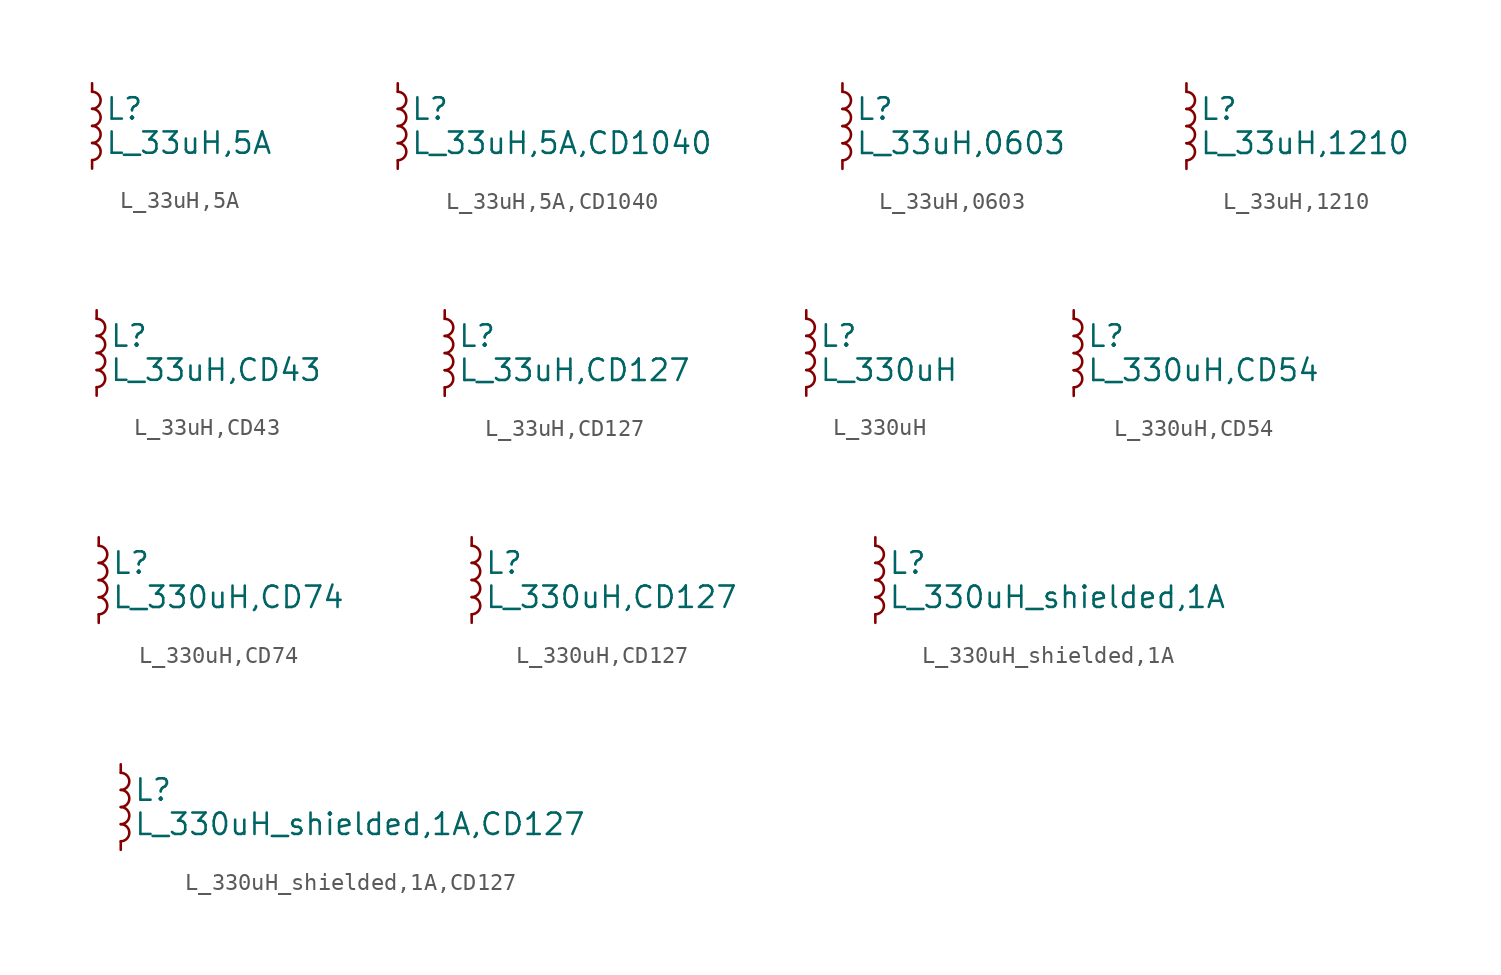
<source format=kicad_sym>
(kicad_symbol_lib
  (version 20211014)
  (generator kicad_symbol_editor)
  (symbol "L_33uH,5A"
    (pin_numbers hide)
    (pin_names
      (offset 0.254) hide)
    (property "Reference" "L"
      (at 0.762 1.016 0)
      (effects (font (size 1.27 1.27)) (justify left)))
    (property "Value" "L_33uH,5A"
      (at 0.762 -1.016 0)
      (effects (font (size 1.27 1.27)) (justify left)))
    (symbol "L_33uH,5A_0_1"
      (arc (start 0 -2.032) (mid 0.508 -1.524) (end 0 -1.016) (stroke (width 0) (type default) (color 0 0 0 0)) (fill (type none)))
      (arc (start 0 -1.016) (mid 0.508 -0.508) (end 0 0) (stroke (width 0) (type default) (color 0 0 0 0)) (fill (type none)))
      (arc (start 0 0) (mid 0.508 0.508) (end 0 1.016) (stroke (width 0) (type default) (color 0 0 0 0)) (fill (type none)))
      (arc (start 0 1.016) (mid 0.508 1.524) (end 0 2.032) (stroke (width 0) (type default) (color 0 0 0 0)) (fill (type none))))
    (symbol "L_33uH,5A_1_1"
      (pin passive line (at 0 2.54 270) (length 0.508) (name "~" (effects (font (size 1.27 1.27)))) (number "1" (effects (font (size 1.27 1.27)))))
      (pin passive line (at 0 -2.54 90) (length 0.508) (name "~" (effects (font (size 1.27 1.27)))) (number "2" (effects (font (size 1.27 1.27)))))))
  (symbol "L_33uH,5A,CD1040"
    (pin_numbers hide)
    (pin_names
      (offset 0.254) hide)
    (property "Reference" "L"
      (at 0.762 1.016 0)
      (effects (font (size 1.27 1.27)) (justify left)))
    (property "Value" "L_33uH,5A,CD1040"
      (at 0.762 -1.016 0)
      (effects (font (size 1.27 1.27)) (justify left)))
    (symbol "L_33uH,5A,CD1040_0_1"
      (arc (start 0 -2.032) (mid 0.508 -1.524) (end 0 -1.016) (stroke (width 0) (type default) (color 0 0 0 0)) (fill (type none)))
      (arc (start 0 -1.016) (mid 0.508 -0.508) (end 0 0) (stroke (width 0) (type default) (color 0 0 0 0)) (fill (type none)))
      (arc (start 0 0) (mid 0.508 0.508) (end 0 1.016) (stroke (width 0) (type default) (color 0 0 0 0)) (fill (type none)))
      (arc (start 0 1.016) (mid 0.508 1.524) (end 0 2.032) (stroke (width 0) (type default) (color 0 0 0 0)) (fill (type none))))
    (symbol "L_33uH,5A,CD1040_1_1"
      (pin passive line (at 0 2.54 270) (length 0.508) (name "~" (effects (font (size 1.27 1.27)))) (number "1" (effects (font (size 1.27 1.27)))))
      (pin passive line (at 0 -2.54 90) (length 0.508) (name "~" (effects (font (size 1.27 1.27)))) (number "2" (effects (font (size 1.27 1.27)))))))
  (symbol "L_33uH,0603"
    (pin_numbers hide)
    (pin_names
      (offset 0.254) hide)
    (property "Reference" "L"
      (at 0.762 1.016 0)
      (effects (font (size 1.27 1.27)) (justify left)))
    (property "Value" "L_33uH,0603"
      (at 0.762 -1.016 0)
      (effects (font (size 1.27 1.27)) (justify left)))
    (symbol "L_33uH,0603_0_1"
      (arc (start 0 -2.032) (mid 0.508 -1.524) (end 0 -1.016) (stroke (width 0) (type default) (color 0 0 0 0)) (fill (type none)))
      (arc (start 0 -1.016) (mid 0.508 -0.508) (end 0 0) (stroke (width 0) (type default) (color 0 0 0 0)) (fill (type none)))
      (arc (start 0 0) (mid 0.508 0.508) (end 0 1.016) (stroke (width 0) (type default) (color 0 0 0 0)) (fill (type none)))
      (arc (start 0 1.016) (mid 0.508 1.524) (end 0 2.032) (stroke (width 0) (type default) (color 0 0 0 0)) (fill (type none))))
    (symbol "L_33uH,0603_1_1"
      (pin passive line (at 0 2.54 270) (length 0.508) (name "~" (effects (font (size 1.27 1.27)))) (number "1" (effects (font (size 1.27 1.27)))))
      (pin passive line (at 0 -2.54 90) (length 0.508) (name "~" (effects (font (size 1.27 1.27)))) (number "2" (effects (font (size 1.27 1.27)))))))
  (symbol "L_33uH,1210"
    (pin_numbers hide)
    (pin_names
      (offset 0.254) hide)
    (property "Reference" "L"
      (at 0.762 1.016 0)
      (effects (font (size 1.27 1.27)) (justify left)))
    (property "Value" "L_33uH,1210"
      (at 0.762 -1.016 0)
      (effects (font (size 1.27 1.27)) (justify left)))
    (symbol "L_33uH,1210_0_1"
      (arc (start 0 -2.032) (mid 0.508 -1.524) (end 0 -1.016) (stroke (width 0) (type default) (color 0 0 0 0)) (fill (type none)))
      (arc (start 0 -1.016) (mid 0.508 -0.508) (end 0 0) (stroke (width 0) (type default) (color 0 0 0 0)) (fill (type none)))
      (arc (start 0 0) (mid 0.508 0.508) (end 0 1.016) (stroke (width 0) (type default) (color 0 0 0 0)) (fill (type none)))
      (arc (start 0 1.016) (mid 0.508 1.524) (end 0 2.032) (stroke (width 0) (type default) (color 0 0 0 0)) (fill (type none))))
    (symbol "L_33uH,1210_1_1"
      (pin passive line (at 0 2.54 270) (length 0.508) (name "~" (effects (font (size 1.27 1.27)))) (number "1" (effects (font (size 1.27 1.27)))))
      (pin passive line (at 0 -2.54 90) (length 0.508) (name "~" (effects (font (size 1.27 1.27)))) (number "2" (effects (font (size 1.27 1.27)))))))
  (symbol "L_33uH,CD43"
    (pin_numbers hide)
    (pin_names
      (offset 0.254) hide)
    (property "Reference" "L"
      (at 0.762 1.016 0)
      (effects (font (size 1.27 1.27)) (justify left)))
    (property "Value" "L_33uH,CD43"
      (at 0.762 -1.016 0)
      (effects (font (size 1.27 1.27)) (justify left)))
    (symbol "L_33uH,CD43_0_1"
      (arc (start 0 -2.032) (mid 0.508 -1.524) (end 0 -1.016) (stroke (width 0) (type default) (color 0 0 0 0)) (fill (type none)))
      (arc (start 0 -1.016) (mid 0.508 -0.508) (end 0 0) (stroke (width 0) (type default) (color 0 0 0 0)) (fill (type none)))
      (arc (start 0 0) (mid 0.508 0.508) (end 0 1.016) (stroke (width 0) (type default) (color 0 0 0 0)) (fill (type none)))
      (arc (start 0 1.016) (mid 0.508 1.524) (end 0 2.032) (stroke (width 0) (type default) (color 0 0 0 0)) (fill (type none))))
    (symbol "L_33uH,CD43_1_1"
      (pin passive line (at 0 2.54 270) (length 0.508) (name "~" (effects (font (size 1.27 1.27)))) (number "1" (effects (font (size 1.27 1.27)))))
      (pin passive line (at 0 -2.54 90) (length 0.508) (name "~" (effects (font (size 1.27 1.27)))) (number "2" (effects (font (size 1.27 1.27)))))))
  (symbol "L_33uH,CD127"
    (pin_numbers hide)
    (pin_names
      (offset 0.254) hide)
    (property "Reference" "L"
      (at 0.762 1.016 0)
      (effects (font (size 1.27 1.27)) (justify left)))
    (property "Value" "L_33uH,CD127"
      (at 0.762 -1.016 0)
      (effects (font (size 1.27 1.27)) (justify left)))
    (symbol "L_33uH,CD127_0_1"
      (arc (start 0 -2.032) (mid 0.508 -1.524) (end 0 -1.016) (stroke (width 0) (type default) (color 0 0 0 0)) (fill (type none)))
      (arc (start 0 -1.016) (mid 0.508 -0.508) (end 0 0) (stroke (width 0) (type default) (color 0 0 0 0)) (fill (type none)))
      (arc (start 0 0) (mid 0.508 0.508) (end 0 1.016) (stroke (width 0) (type default) (color 0 0 0 0)) (fill (type none)))
      (arc (start 0 1.016) (mid 0.508 1.524) (end 0 2.032) (stroke (width 0) (type default) (color 0 0 0 0)) (fill (type none))))
    (symbol "L_33uH,CD127_1_1"
      (pin passive line (at 0 2.54 270) (length 0.508) (name "~" (effects (font (size 1.27 1.27)))) (number "1" (effects (font (size 1.27 1.27)))))
      (pin passive line (at 0 -2.54 90) (length 0.508) (name "~" (effects (font (size 1.27 1.27)))) (number "2" (effects (font (size 1.27 1.27)))))))
  (symbol "L_330uH"
    (pin_numbers hide)
    (pin_names
      (offset 0.254) hide)
    (property "Reference" "L"
      (at 0.762 1.016 0)
      (effects (font (size 1.27 1.27)) (justify left)))
    (property "Value" "L_330uH"
      (at 0.762 -1.016 0)
      (effects (font (size 1.27 1.27)) (justify left)))
    (symbol "L_330uH_0_1"
      (arc (start 0 -2.032) (mid 0.508 -1.524) (end 0 -1.016) (stroke (width 0) (type default) (color 0 0 0 0)) (fill (type none)))
      (arc (start 0 -1.016) (mid 0.508 -0.508) (end 0 0) (stroke (width 0) (type default) (color 0 0 0 0)) (fill (type none)))
      (arc (start 0 0) (mid 0.508 0.508) (end 0 1.016) (stroke (width 0) (type default) (color 0 0 0 0)) (fill (type none)))
      (arc (start 0 1.016) (mid 0.508 1.524) (end 0 2.032) (stroke (width 0) (type default) (color 0 0 0 0)) (fill (type none))))
    (symbol "L_330uH_1_1"
      (pin passive line (at 0 2.54 270) (length 0.508) (name "~" (effects (font (size 1.27 1.27)))) (number "1" (effects (font (size 1.27 1.27)))))
      (pin passive line (at 0 -2.54 90) (length 0.508) (name "~" (effects (font (size 1.27 1.27)))) (number "2" (effects (font (size 1.27 1.27)))))))
  (symbol "L_330uH,CD54"
    (pin_numbers hide)
    (pin_names
      (offset 0.254) hide)
    (property "Reference" "L"
      (at 0.762 1.016 0)
      (effects (font (size 1.27 1.27)) (justify left)))
    (property "Value" "L_330uH,CD54"
      (at 0.762 -1.016 0)
      (effects (font (size 1.27 1.27)) (justify left)))
    (symbol "L_330uH,CD54_0_1"
      (arc (start 0 -2.032) (mid 0.508 -1.524) (end 0 -1.016) (stroke (width 0) (type default) (color 0 0 0 0)) (fill (type none)))
      (arc (start 0 -1.016) (mid 0.508 -0.508) (end 0 0) (stroke (width 0) (type default) (color 0 0 0 0)) (fill (type none)))
      (arc (start 0 0) (mid 0.508 0.508) (end 0 1.016) (stroke (width 0) (type default) (color 0 0 0 0)) (fill (type none)))
      (arc (start 0 1.016) (mid 0.508 1.524) (end 0 2.032) (stroke (width 0) (type default) (color 0 0 0 0)) (fill (type none))))
    (symbol "L_330uH,CD54_1_1"
      (pin passive line (at 0 2.54 270) (length 0.508) (name "~" (effects (font (size 1.27 1.27)))) (number "1" (effects (font (size 1.27 1.27)))))
      (pin passive line (at 0 -2.54 90) (length 0.508) (name "~" (effects (font (size 1.27 1.27)))) (number "2" (effects (font (size 1.27 1.27)))))))
  (symbol "L_330uH,CD74"
    (pin_numbers hide)
    (pin_names
      (offset 0.254) hide)
    (property "Reference" "L"
      (at 0.762 1.016 0)
      (effects (font (size 1.27 1.27)) (justify left)))
    (property "Value" "L_330uH,CD74"
      (at 0.762 -1.016 0)
      (effects (font (size 1.27 1.27)) (justify left)))
    (symbol "L_330uH,CD74_0_1"
      (arc (start 0 -2.032) (mid 0.508 -1.524) (end 0 -1.016) (stroke (width 0) (type default) (color 0 0 0 0)) (fill (type none)))
      (arc (start 0 -1.016) (mid 0.508 -0.508) (end 0 0) (stroke (width 0) (type default) (color 0 0 0 0)) (fill (type none)))
      (arc (start 0 0) (mid 0.508 0.508) (end 0 1.016) (stroke (width 0) (type default) (color 0 0 0 0)) (fill (type none)))
      (arc (start 0 1.016) (mid 0.508 1.524) (end 0 2.032) (stroke (width 0) (type default) (color 0 0 0 0)) (fill (type none))))
    (symbol "L_330uH,CD74_1_1"
      (pin passive line (at 0 2.54 270) (length 0.508) (name "~" (effects (font (size 1.27 1.27)))) (number "1" (effects (font (size 1.27 1.27)))))
      (pin passive line (at 0 -2.54 90) (length 0.508) (name "~" (effects (font (size 1.27 1.27)))) (number "2" (effects (font (size 1.27 1.27)))))))
  (symbol "L_330uH,CD127"
    (pin_numbers hide)
    (pin_names
      (offset 0.254) hide)
    (property "Reference" "L"
      (at 0.762 1.016 0)
      (effects (font (size 1.27 1.27)) (justify left)))
    (property "Value" "L_330uH,CD127"
      (at 0.762 -1.016 0)
      (effects (font (size 1.27 1.27)) (justify left)))
    (symbol "L_330uH,CD127_0_1"
      (arc (start 0 -2.032) (mid 0.508 -1.524) (end 0 -1.016) (stroke (width 0) (type default) (color 0 0 0 0)) (fill (type none)))
      (arc (start 0 -1.016) (mid 0.508 -0.508) (end 0 0) (stroke (width 0) (type default) (color 0 0 0 0)) (fill (type none)))
      (arc (start 0 0) (mid 0.508 0.508) (end 0 1.016) (stroke (width 0) (type default) (color 0 0 0 0)) (fill (type none)))
      (arc (start 0 1.016) (mid 0.508 1.524) (end 0 2.032) (stroke (width 0) (type default) (color 0 0 0 0)) (fill (type none))))
    (symbol "L_330uH,CD127_1_1"
      (pin passive line (at 0 2.54 270) (length 0.508) (name "~" (effects (font (size 1.27 1.27)))) (number "1" (effects (font (size 1.27 1.27)))))
      (pin passive line (at 0 -2.54 90) (length 0.508) (name "~" (effects (font (size 1.27 1.27)))) (number "2" (effects (font (size 1.27 1.27)))))))
  (symbol "L_330uH_shielded,1A"
    (pin_numbers hide)
    (pin_names
      (offset 0.254) hide)
    (property "Reference" "L"
      (at 0.762 1.016 0)
      (effects (font (size 1.27 1.27)) (justify left)))
    (property "Value" "L_330uH_shielded,1A"
      (at 0.762 -1.016 0)
      (effects (font (size 1.27 1.27)) (justify left)))
    (symbol "L_330uH_shielded,1A_0_1"
      (arc (start 0 -2.032) (mid 0.508 -1.524) (end 0 -1.016) (stroke (width 0) (type default) (color 0 0 0 0)) (fill (type none)))
      (arc (start 0 -1.016) (mid 0.508 -0.508) (end 0 0) (stroke (width 0) (type default) (color 0 0 0 0)) (fill (type none)))
      (arc (start 0 0) (mid 0.508 0.508) (end 0 1.016) (stroke (width 0) (type default) (color 0 0 0 0)) (fill (type none)))
      (arc (start 0 1.016) (mid 0.508 1.524) (end 0 2.032) (stroke (width 0) (type default) (color 0 0 0 0)) (fill (type none))))
    (symbol "L_330uH_shielded,1A_1_1"
      (pin passive line (at 0 2.54 270) (length 0.508) (name "~" (effects (font (size 1.27 1.27)))) (number "1" (effects (font (size 1.27 1.27)))))
      (pin passive line (at 0 -2.54 90) (length 0.508) (name "~" (effects (font (size 1.27 1.27)))) (number "2" (effects (font (size 1.27 1.27)))))))
  (symbol "L_330uH_shielded,1A,CD127"
    (pin_numbers hide)
    (pin_names
      (offset 0.254) hide)
    (property "Reference" "L"
      (at 0.762 1.016 0)
      (effects (font (size 1.27 1.27)) (justify left)))
    (property "Value" "L_330uH_shielded,1A,CD127"
      (at 0.762 -1.016 0)
      (effects (font (size 1.27 1.27)) (justify left)))
    (symbol "L_330uH_shielded,1A,CD127_0_1"
      (arc (start 0 -2.032) (mid 0.508 -1.524) (end 0 -1.016) (stroke (width 0) (type default) (color 0 0 0 0)) (fill (type none)))
      (arc (start 0 -1.016) (mid 0.508 -0.508) (end 0 0) (stroke (width 0) (type default) (color 0 0 0 0)) (fill (type none)))
      (arc (start 0 0) (mid 0.508 0.508) (end 0 1.016) (stroke (width 0) (type default) (color 0 0 0 0)) (fill (type none)))
      (arc (start 0 1.016) (mid 0.508 1.524) (end 0 2.032) (stroke (width 0) (type default) (color 0 0 0 0)) (fill (type none))))
    (symbol "L_330uH_shielded,1A,CD127_1_1"
      (pin passive line (at 0 2.54 270) (length 0.508) (name "~" (effects (font (size 1.27 1.27)))) (number "1" (effects (font (size 1.27 1.27)))))
      (pin passive line (at 0 -2.54 90) (length 0.508) (name "~" (effects (font (size 1.27 1.27)))) (number "2" (effects (font (size 1.27 1.27))))))))
</source>
